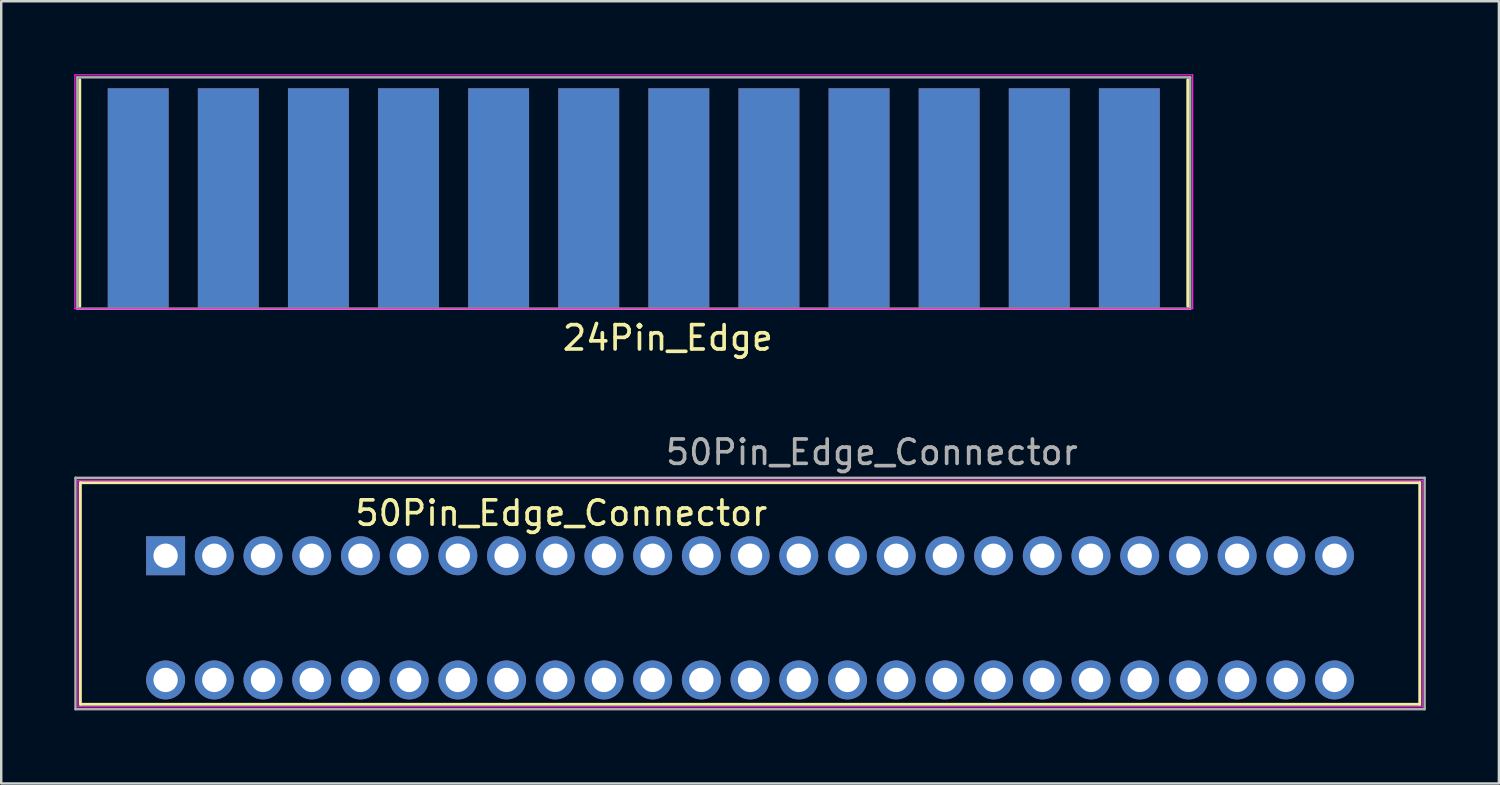
<source format=kicad_pcb>
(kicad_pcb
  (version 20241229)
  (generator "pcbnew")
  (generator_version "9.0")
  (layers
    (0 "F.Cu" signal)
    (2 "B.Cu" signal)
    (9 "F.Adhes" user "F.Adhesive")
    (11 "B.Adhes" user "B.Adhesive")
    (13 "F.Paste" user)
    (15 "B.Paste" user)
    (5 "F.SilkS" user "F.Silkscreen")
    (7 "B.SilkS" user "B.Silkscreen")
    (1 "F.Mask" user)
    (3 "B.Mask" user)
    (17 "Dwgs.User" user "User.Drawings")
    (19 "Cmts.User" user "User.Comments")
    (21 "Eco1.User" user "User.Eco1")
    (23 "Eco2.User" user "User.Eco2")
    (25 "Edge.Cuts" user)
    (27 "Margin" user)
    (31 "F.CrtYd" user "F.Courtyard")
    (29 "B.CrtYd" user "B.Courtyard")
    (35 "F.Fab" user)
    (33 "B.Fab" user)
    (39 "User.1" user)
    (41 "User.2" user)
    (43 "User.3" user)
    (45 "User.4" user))
  (footprint "24Pin_Edge"
    (layer "F.Cu")
    (at 43.125 5.825)
    (property "Reference" "24Pin_Edge" (at -18.75 5 0) (layer "F.SilkS") (effects (font (size 1 1) (thickness 0.15))))
    (attr exclude_from_pos_files exclude_from_bom)
    (fp_line (start -42.9 3.7) (end -42.9 -5.6) (stroke (width 0.12) (type solid)) (layer "F.SilkS"))
    (fp_line (start 2.6 3.7) (end 2.6 -5.6) (stroke (width 0.12) (type solid)) (layer "F.SilkS"))
    (fp_line (start -43.1 -5.8) (end -43.1 3.8) (stroke (width 0.05) (type solid)) (layer "F.CrtYd"))
    (fp_line (start -43.1 -5.8) (end 2.8 -5.8) (stroke (width 0.05) (type solid)) (layer "F.CrtYd"))
    (fp_line (start 2.8 3.8) (end -43.1 3.8) (stroke (width 0.05) (type solid)) (layer "F.CrtYd"))
    (fp_line (start 2.8 3.8) (end 2.8 -5.8) (stroke (width 0.05) (type solid)) (layer "F.CrtYd"))
    (fp_line (start -43 -5.7) (end 2.7 -5.7) (stroke (width 0.1) (type solid)) (layer "F.Fab"))
    (fp_line (start -43 3.8) (end -43 -5.7) (stroke (width 0.1) (type solid)) (layer "F.Fab"))
    (fp_line (start 2.7 -5.7) (end 2.7 3.8) (stroke (width 0.1) (type solid)) (layer "F.Fab"))
    (fp_line (start 2.7 3.8) (end -43 3.8) (stroke (width 0.1) (type solid)) (layer "F.Fab"))
    (pad "1" connect rect (at 0.2 -0.75) (size 2.5 9) (layers "B.Cu" "B.Mask"))
    (pad "2" connect rect (at -3.5 -0.75) (size 2.5 9) (layers "B.Cu" "B.Mask"))
    (pad "3" connect rect (at -7.2 -0.75) (size 2.5 9) (layers "B.Cu" "B.Mask"))
    (pad "4" connect rect (at -10.9 -0.75) (size 2.5 9) (layers "B.Cu" "B.Mask"))
    (pad "5" connect rect (at -14.6 -0.75) (size 2.5 9) (layers "B.Cu" "B.Mask"))
    (pad "6" connect rect (at -18.3 -0.75) (size 2.5 9) (layers "B.Cu" "B.Mask"))
    (pad "7" connect rect (at -22 -0.75) (size 2.5 9) (layers "B.Cu" "B.Mask"))
    (pad "8" connect rect (at -25.7 -0.75) (size 2.5 9) (layers "B.Cu" "B.Mask"))
    (pad "9" connect rect (at -29.4 -0.75) (size 2.5 9) (layers "B.Cu" "B.Mask"))
    (pad "10" connect rect (at -33.1 -0.75) (size 2.5 9) (layers "B.Cu" "B.Mask"))
    (pad "11" connect rect (at -36.8 -0.75) (size 2.5 9) (layers "B.Cu" "B.Mask"))
    (pad "12" connect rect (at -40.5 -0.75) (size 2.5 9) (layers "B.Cu" "B.Mask"))
    (pad "A" connect rect (at 0.2 -0.75) (size 2.5 9) (layers "F.Cu" "F.Mask"))
    (pad "B" connect rect (at -3.5 -0.75) (size 2.5 9) (layers "F.Cu" "F.Mask"))
    (pad "C" connect rect (at -7.2 -0.75) (size 2.5 9) (layers "F.Cu" "F.Mask"))
    (pad "D" connect rect (at -10.9 -0.75) (size 2.5 9) (layers "F.Cu" "F.Mask"))
    (pad "E" connect rect (at -14.6 -0.75) (size 2.5 9) (layers "F.Cu" "F.Mask"))
    (pad "F" connect rect (at -18.3 -0.75) (size 2.5 9) (layers "F.Cu" "F.Mask"))
    (pad "H" connect rect (at -22 -0.75) (size 2.5 9) (layers "F.Cu" "F.Mask"))
    (pad "J" connect rect (at -25.7 -0.75) (size 2.5 9) (layers "F.Cu" "F.Mask"))
    (pad "K" connect rect (at -29.4 -0.75) (size 2.5 9) (layers "F.Cu" "F.Mask"))
    (pad "L" connect rect (at -33.1 -0.75) (size 2.5 9) (layers "F.Cu" "F.Mask"))
    (pad "M" connect rect (at -36.8 -0.75) (size 2.5 9) (layers "F.Cu" "F.Mask"))
    (pad "N" connect rect (at -40.5 -0.75) (size 2.5 9) (layers "F.Cu" "F.Mask")))
  (footprint "50Pin_Edge_Connector"
    (layer "F.Cu")
    (at 9.75 19.771)
    (property "Reference" "50Pin_Edge_Connector" (at 10.25 -1.75 0) (layer "F.SilkS") (effects (font (size 1 1) (thickness 0.15))))
    (attr through_hole)
    (fp_line (start -9.5 -3) (end 45.5 -3) (stroke (width 0.12) (type solid)) (layer "F.SilkS"))
    (fp_line (start -9.5 6.1) (end -9.5 -3) (stroke (width 0.12) (type solid)) (layer "F.SilkS"))
    (fp_line (start -9.5 6.1) (end 45.5 6.1) (stroke (width 0.12) (type solid)) (layer "F.SilkS"))
    (fp_line (start 45.5 -3) (end 45.5 6.1) (stroke (width 0.12) (type solid)) (layer "F.SilkS"))
    (fp_line (start -9.6 6.2) (end -9.6 -3.1) (stroke (width 0.05) (type solid)) (layer "F.CrtYd"))
    (fp_line (start 45.6 -3.1) (end -9.6 -3.1) (stroke (width 0.05) (type solid)) (layer "F.CrtYd"))
    (fp_line (start 45.6 6.2) (end -9.6 6.2) (stroke (width 0.05) (type solid)) (layer "F.CrtYd"))
    (fp_line (start 45.6 6.2) (end 45.6 -3.1) (stroke (width 0.05) (type solid)) (layer "F.CrtYd"))
    (fp_line (start -9.7 -3.2) (end -9.7 6.3) (stroke (width 0.1) (type solid)) (layer "F.Fab"))
    (fp_line (start 45.7 -3.2) (end -9.7 -3.2) (stroke (width 0.1) (type solid)) (layer "F.Fab"))
    (fp_line (start 45.7 6.3) (end -9.7 6.3) (stroke (width 0.1) (type solid)) (layer "F.Fab"))
    (fp_line (start 45.7 6.3) (end 45.7 -3.2) (stroke (width 0.1) (type solid)) (layer "F.Fab"))
    (fp_text user "${REFERENCE}" (at 23 -4.25 0) (layer "F.Fab") (effects (font (size 1 1) (thickness 0.15))))
    (pad "1" thru_hole rect (at -6 0) (size 1.6 1.6) (drill 1) (layers "*.Cu" "*.Mask"))
    (pad "2" thru_hole circle (at -4 0) (size 1.6 1.6) (drill 1) (layers "*.Cu" "*.Mask"))
    (pad "3" thru_hole circle (at -2 0) (size 1.6 1.6) (drill 1) (layers "*.Cu" "*.Mask"))
    (pad "4" thru_hole circle (at 0 0) (size 1.6 1.6) (drill 1) (layers "*.Cu" "*.Mask"))
    (pad "5" thru_hole circle (at 2 0) (size 1.6 1.6) (drill 1) (layers "*.Cu" "*.Mask"))
    (pad "6" thru_hole circle (at 4 0) (size 1.6 1.6) (drill 1) (layers "*.Cu" "*.Mask"))
    (pad "7" thru_hole circle (at 6 0) (size 1.6 1.6) (drill 1) (layers "*.Cu" "*.Mask"))
    (pad "8" thru_hole circle (at 8 0) (size 1.6 1.6) (drill 1) (layers "*.Cu" "*.Mask"))
    (pad "9" thru_hole circle (at 10 0) (size 1.6 1.6) (drill 1) (layers "*.Cu" "*.Mask"))
    (pad "10" thru_hole circle (at 12 0) (size 1.6 1.6) (drill 1) (layers "*.Cu" "*.Mask"))
    (pad "11" thru_hole circle (at 14 0) (size 1.6 1.6) (drill 1) (layers "*.Cu" "*.Mask"))
    (pad "12" thru_hole circle (at 16 0) (size 1.6 1.6) (drill 1) (layers "*.Cu" "*.Mask"))
    (pad "13" thru_hole circle (at 18 0) (size 1.6 1.6) (drill 1) (layers "*.Cu" "*.Mask"))
    (pad "14" thru_hole circle (at 20 0) (size 1.6 1.6) (drill 1) (layers "*.Cu" "*.Mask"))
    (pad "15" thru_hole circle (at 22 0) (size 1.6 1.6) (drill 1) (layers "*.Cu" "*.Mask"))
    (pad "16" thru_hole circle (at 24 0) (size 1.6 1.6) (drill 1) (layers "*.Cu" "*.Mask"))
    (pad "17" thru_hole circle (at 26 0) (size 1.6 1.6) (drill 1) (layers "*.Cu" "*.Mask"))
    (pad "18" thru_hole circle (at 28 0) (size 1.6 1.6) (drill 1) (layers "*.Cu" "*.Mask"))
    (pad "19" thru_hole circle (at 30 0) (size 1.6 1.6) (drill 1) (layers "*.Cu" "*.Mask"))
    (pad "20" thru_hole circle (at 32 0) (size 1.6 1.6) (drill 1) (layers "*.Cu" "*.Mask"))
    (pad "21" thru_hole circle (at 34 0) (size 1.6 1.6) (drill 1) (layers "*.Cu" "*.Mask"))
    (pad "22" thru_hole circle (at 36 0) (size 1.6 1.6) (drill 1) (layers "*.Cu" "*.Mask"))
    (pad "23" thru_hole circle (at 38 0) (size 1.6 1.6) (drill 1) (layers "*.Cu" "*.Mask"))
    (pad "24" thru_hole circle (at 40 0) (size 1.6 1.6) (drill 1) (layers "*.Cu" "*.Mask"))
    (pad "25" thru_hole circle (at 42 0) (size 1.6 1.6) (drill 1) (layers "*.Cu" "*.Mask"))
    (pad "A" thru_hole circle (at 42 5.1) (size 1.6 1.6) (drill 1) (layers "*.Cu" "*.Mask"))
    (pad "AA" thru_hole circle (at -2 5.1) (size 1.6 1.6) (drill 1) (layers "*.Cu" "*.Mask"))
    (pad "B" thru_hole circle (at 40 5.1) (size 1.6 1.6) (drill 1) (layers "*.Cu" "*.Mask"))
    (pad "BB" thru_hole circle (at -4 5.1) (size 1.6 1.6) (drill 1) (layers "*.Cu" "*.Mask"))
    (pad "C" thru_hole circle (at 38 5.1) (size 1.6 1.6) (drill 1) (layers "*.Cu" "*.Mask"))
    (pad "CC" thru_hole circle (at -6 5.1) (size 1.6 1.6) (drill 1) (layers "*.Cu" "*.Mask"))
    (pad "D" thru_hole circle (at 36 5.1) (size 1.6 1.6) (drill 1) (layers "*.Cu" "*.Mask"))
    (pad "E" thru_hole circle (at 34 5.1) (size 1.6 1.6) (drill 1) (layers "*.Cu" "*.Mask"))
    (pad "F" thru_hole circle (at 32 5.1) (size 1.6 1.6) (drill 1) (layers "*.Cu" "*.Mask"))
    (pad "H" thru_hole circle (at 30 5.1) (size 1.6 1.6) (drill 1) (layers "*.Cu" "*.Mask"))
    (pad "J" thru_hole circle (at 28 5.1) (size 1.6 1.6) (drill 1) (layers "*.Cu" "*.Mask"))
    (pad "K" thru_hole circle (at 26 5.1) (size 1.6 1.6) (drill 1) (layers "*.Cu" "*.Mask"))
    (pad "L" thru_hole circle (at 24 5.1) (size 1.6 1.6) (drill 1) (layers "*.Cu" "*.Mask"))
    (pad "M" thru_hole circle (at 22 5.1) (size 1.6 1.6) (drill 1) (layers "*.Cu" "*.Mask"))
    (pad "N" thru_hole circle (at 20 5.1) (size 1.6 1.6) (drill 1) (layers "*.Cu" "*.Mask"))
    (pad "P" thru_hole circle (at 18 5.1) (size 1.6 1.6) (drill 1) (layers "*.Cu" "*.Mask"))
    (pad "R" thru_hole circle (at 16 5.1) (size 1.6 1.6) (drill 1) (layers "*.Cu" "*.Mask"))
    (pad "S" thru_hole circle (at 14 5.1) (size 1.6 1.6) (drill 1) (layers "*.Cu" "*.Mask"))
    (pad "T" thru_hole circle (at 12 5.1) (size 1.6 1.6) (drill 1) (layers "*.Cu" "*.Mask"))
    (pad "U" thru_hole circle (at 10 5.1) (size 1.6 1.6) (drill 1) (layers "*.Cu" "*.Mask"))
    (pad "V" thru_hole circle (at 8 5.1) (size 1.6 1.6) (drill 1) (layers "*.Cu" "*.Mask"))
    (pad "W" thru_hole circle (at 6 5.1) (size 1.6 1.6) (drill 1) (layers "*.Cu" "*.Mask"))
    (pad "X" thru_hole circle (at 4 5.1) (size 1.6 1.6) (drill 1) (layers "*.Cu" "*.Mask"))
    (pad "Y" thru_hole circle (at 2 5.1) (size 1.6 1.6) (drill 1) (layers "*.Cu" "*.Mask"))
    (pad "Z" thru_hole circle (at 0 5.1) (size 1.6 1.6) (drill 1) (layers "*.Cu" "*.Mask")))
  (gr_rect
    (start -3 -3)
    (end 58.5 29.122)
    (stroke (width 0.1) (type default))
    (fill no)
    (layer "Edge.Cuts")))
</source>
